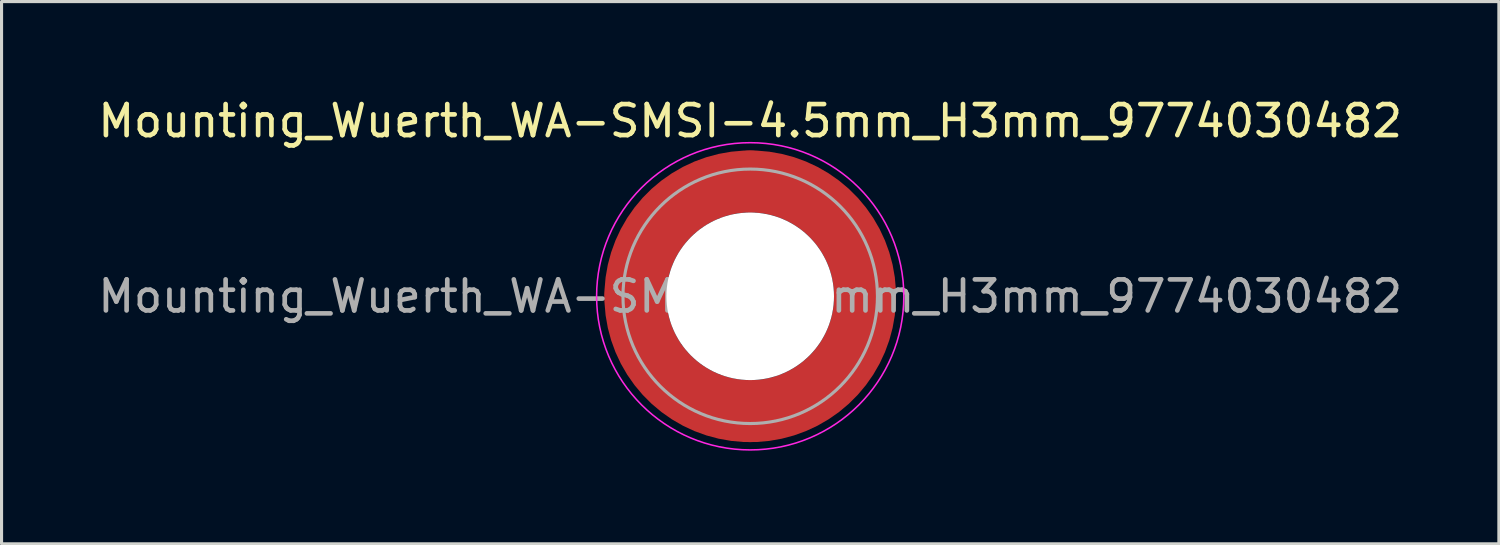
<source format=kicad_pcb>
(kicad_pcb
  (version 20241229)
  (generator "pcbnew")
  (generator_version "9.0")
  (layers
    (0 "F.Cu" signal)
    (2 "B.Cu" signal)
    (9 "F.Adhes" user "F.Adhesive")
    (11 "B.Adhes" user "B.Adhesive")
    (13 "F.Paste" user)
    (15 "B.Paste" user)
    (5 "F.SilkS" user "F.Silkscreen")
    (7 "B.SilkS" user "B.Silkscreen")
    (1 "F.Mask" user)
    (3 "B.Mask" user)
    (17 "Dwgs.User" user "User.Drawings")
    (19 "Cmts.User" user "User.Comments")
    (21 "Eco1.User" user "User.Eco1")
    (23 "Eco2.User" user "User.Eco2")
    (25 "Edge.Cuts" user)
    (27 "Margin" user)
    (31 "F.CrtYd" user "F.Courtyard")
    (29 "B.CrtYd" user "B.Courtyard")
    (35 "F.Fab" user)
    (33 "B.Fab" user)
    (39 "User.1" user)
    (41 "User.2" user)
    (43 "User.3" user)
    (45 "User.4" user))
  (footprint "Mounting_Wuerth_WA-SMSI-4.5mm_H3mm_9774030482"
    (layer "F.Cu")
    (at 21.125 6.498)
    (property "Reference" "Mounting_Wuerth_WA-SMSI-4.5mm_H3mm_9774030482" (at 0 -5.65 0) (layer "F.SilkS") (effects (font (size 1 1) (thickness 0.15))))
    (attr smd)
    (fp_circle (center 0 0) (end 4.95 0) (stroke (width 0.05) (type solid)) (fill no) (layer "F.CrtYd"))
    (fp_circle (center 0 0) (end 4.1 0) (stroke (width 0.1) (type solid)) (fill no) (layer "F.Fab"))
    (fp_text user "${REFERENCE}" (at 0 0 0) (layer "F.Fab") (effects (font (size 1 1) (thickness 0.15))))
    (pad "" smd custom (at -2.607 -2.607) (size 0.948 0.948) (layers "F.Paste") (options (anchor circle)) (primitives (gr_arc (start -0.188183 2.107456) (mid 0.599273 0.599273) (end 2.107456 -0.188183) (width 0.2)) (gr_arc (start -0.289416 2.107456) (mid 0.52877 0.52877) (end 2.107456 -0.289416) (width 0.2)) (gr_arc (start -0.390547 2.107456) (mid 0.458268 0.458268) (end 2.107456 -0.390547) (width 0.2)) (gr_arc (start -0.491585 2.107456) (mid 0.387765 0.387765) (end 2.107456 -0.491585) (width 0.2)) (gr_arc (start -0.59254 2.107456) (mid 0.317262 0.317262) (end 2.107456 -0.59254) (width 0.2)) (gr_arc (start -0.693419 2.107456) (mid 0.24676 0.24676) (end 2.107456 -0.693419) (width 0.2)) (gr_arc (start -0.794229 2.107456) (mid 0.176257 0.176257) (end 2.107456 -0.794229) (width 0.2)) (gr_arc (start -0.894975 2.107456) (mid 0.105754 0.105754) (end 2.107456 -0.894975) (width 0.2)) (gr_arc (start -0.995664 2.107456) (mid 0.035251 0.035251) (end 2.107456 -0.995664) (width 0.2)) (gr_arc (start -1.0963 2.107456) (mid -0.035252 -0.035252) (end 2.107456 -1.0963) (width 0.2)) (gr_arc (start -1.196886 2.107456) (mid -0.105754 -0.105754) (end 2.107456 -1.196886) (width 0.2)) (gr_arc (start -1.297427 2.107456) (mid -0.176257 -0.176257) (end 2.107456 -1.297427) (width 0.2)) (gr_arc (start -1.397927 2.107456) (mid -0.24676 -0.24676) (end 2.107456 -1.397927) (width 0.2)) (gr_arc (start -1.498388 2.107456) (mid -0.317262 -0.317262) (end 2.107456 -1.498388) (width 0.2)) (gr_arc (start -1.598813 2.107456) (mid -0.387765 -0.387765) (end 2.107456 -1.598813) (width 0.2)) (gr_arc (start -1.699204 2.107456) (mid -0.458267 -0.458267) (end 2.107456 -1.699204) (width 0.2)) (gr_arc (start -1.799565 2.107456) (mid -0.528771 -0.528771) (end 2.107456 -1.799565) (width 0.2)) (gr_arc (start -1.899896 2.107456) (mid -0.599273 -0.599273) (end 2.107456 -1.899896) (width 0.2)) (gr_arc (start -1.899896 2.107456) (mid -0.599273 -0.599273) (end 2.107456 -1.899896) (width 0.2)) (gr_line (start 2.107 -0.188) (end 2.107 -1.9) (width 0.2)) (gr_line (start -0.188 2.107) (end -1.9 2.107) (width 0.2))))
    (pad "" smd custom (at -2.607 2.607) (size 0.948 0.948) (layers "F.Paste") (options (anchor circle)) (primitives (gr_arc (start 2.107456 0.188183) (mid 0.599273 -0.599273) (end -0.188183 -2.107456) (width 0.2)) (gr_arc (start 2.107456 0.289416) (mid 0.52877 -0.52877) (end -0.289416 -2.107456) (width 0.2)) (gr_arc (start 2.107456 0.390547) (mid 0.458268 -0.458268) (end -0.390547 -2.107456) (width 0.2)) (gr_arc (start 2.107456 0.491585) (mid 0.387765 -0.387765) (end -0.491585 -2.107456) (width 0.2)) (gr_arc (start 2.107456 0.59254) (mid 0.317262 -0.317262) (end -0.59254 -2.107456) (width 0.2)) (gr_arc (start 2.107456 0.693419) (mid 0.24676 -0.24676) (end -0.693419 -2.107456) (width 0.2)) (gr_arc (start 2.107456 0.794229) (mid 0.176257 -0.176257) (end -0.794229 -2.107456) (width 0.2)) (gr_arc (start 2.107456 0.894975) (mid 0.105754 -0.105754) (end -0.894975 -2.107456) (width 0.2)) (gr_arc (start 2.107456 0.995664) (mid 0.035251 -0.035251) (end -0.995664 -2.107456) (width 0.2)) (gr_arc (start 2.107456 1.0963) (mid -0.035252 0.035252) (end -1.0963 -2.107456) (width 0.2)) (gr_arc (start 2.107456 1.196886) (mid -0.105754 0.105754) (end -1.196886 -2.107456) (width 0.2)) (gr_arc (start 2.107456 1.297427) (mid -0.176257 0.176257) (end -1.297427 -2.107456) (width 0.2)) (gr_arc (start 2.107456 1.397927) (mid -0.24676 0.24676) (end -1.397927 -2.107456) (width 0.2)) (gr_arc (start 2.107456 1.498388) (mid -0.317262 0.317262) (end -1.498388 -2.107456) (width 0.2)) (gr_arc (start 2.107456 1.598813) (mid -0.387765 0.387765) (end -1.598813 -2.107456) (width 0.2)) (gr_arc (start 2.107456 1.699204) (mid -0.458267 0.458267) (end -1.699204 -2.107456) (width 0.2)) (gr_arc (start 2.107456 1.799565) (mid -0.528771 0.528771) (end -1.799565 -2.107456) (width 0.2)) (gr_arc (start 2.107456 1.899896) (mid -0.599273 0.599273) (end -1.899896 -2.107456) (width 0.2)) (gr_arc (start 2.107456 1.899896) (mid -0.599273 0.599273) (end -1.899896 -2.107456) (width 0.2)) (gr_line (start -0.188 -2.107) (end -1.9 -2.107) (width 0.2)) (gr_line (start 2.107 0.188) (end 2.107 1.9) (width 0.2))))
    (pad "" np_thru_hole circle (at 0 0) (size 5.4 5.4) (drill 5.4) (layers "*.Cu" "*.Mask"))
    (pad "" smd custom (at 2.607 -2.607) (size 0.948 0.948) (layers "F.Paste") (options (anchor circle)) (primitives (gr_arc (start -2.107456 -0.188183) (mid -0.599273 0.599273) (end 0.188183 2.107456) (width 0.2)) (gr_arc (start -2.107456 -0.289416) (mid -0.52877 0.52877) (end 0.289416 2.107456) (width 0.2)) (gr_arc (start -2.107456 -0.390547) (mid -0.458268 0.458268) (end 0.390547 2.107456) (width 0.2)) (gr_arc (start -2.107456 -0.491585) (mid -0.387765 0.387765) (end 0.491585 2.107456) (width 0.2)) (gr_arc (start -2.107456 -0.59254) (mid -0.317262 0.317262) (end 0.59254 2.107456) (width 0.2)) (gr_arc (start -2.107456 -0.693419) (mid -0.24676 0.24676) (end 0.693419 2.107456) (width 0.2)) (gr_arc (start -2.107456 -0.794229) (mid -0.176257 0.176257) (end 0.794229 2.107456) (width 0.2)) (gr_arc (start -2.107456 -0.894975) (mid -0.105754 0.105754) (end 0.894975 2.107456) (width 0.2)) (gr_arc (start -2.107456 -0.995664) (mid -0.035251 0.035251) (end 0.995664 2.107456) (width 0.2)) (gr_arc (start -2.107456 -1.0963) (mid 0.035252 -0.035252) (end 1.0963 2.107456) (width 0.2)) (gr_arc (start -2.107456 -1.196886) (mid 0.105754 -0.105754) (end 1.196886 2.107456) (width 0.2)) (gr_arc (start -2.107456 -1.297427) (mid 0.176257 -0.176257) (end 1.297427 2.107456) (width 0.2)) (gr_arc (start -2.107456 -1.397927) (mid 0.24676 -0.24676) (end 1.397927 2.107456) (width 0.2)) (gr_arc (start -2.107456 -1.498388) (mid 0.317262 -0.317262) (end 1.498388 2.107456) (width 0.2)) (gr_arc (start -2.107456 -1.598813) (mid 0.387765 -0.387765) (end 1.598813 2.107456) (width 0.2)) (gr_arc (start -2.107456 -1.699204) (mid 0.458267 -0.458267) (end 1.699204 2.107456) (width 0.2)) (gr_arc (start -2.107456 -1.799565) (mid 0.528771 -0.528771) (end 1.799565 2.107456) (width 0.2)) (gr_arc (start -2.107456 -1.899896) (mid 0.599273 -0.599273) (end 1.899896 2.107456) (width 0.2)) (gr_arc (start -2.107456 -1.899896) (mid 0.599273 -0.599273) (end 1.899896 2.107456) (width 0.2)) (gr_line (start 0.188 2.107) (end 1.9 2.107) (width 0.2)) (gr_line (start -2.107 -0.188) (end -2.107 -1.9) (width 0.2))))
    (pad "" smd custom (at 2.607 2.607) (size 0.948 0.948) (layers "F.Paste") (options (anchor circle)) (primitives (gr_arc (start 0.188183 -2.107456) (mid -0.599273 -0.599273) (end -2.107456 0.188183) (width 0.2)) (gr_arc (start 0.289416 -2.107456) (mid -0.52877 -0.52877) (end -2.107456 0.289416) (width 0.2)) (gr_arc (start 0.390547 -2.107456) (mid -0.458268 -0.458268) (end -2.107456 0.390547) (width 0.2)) (gr_arc (start 0.491585 -2.107456) (mid -0.387765 -0.387765) (end -2.107456 0.491585) (width 0.2)) (gr_arc (start 0.59254 -2.107456) (mid -0.317262 -0.317262) (end -2.107456 0.59254) (width 0.2)) (gr_arc (start 0.693419 -2.107456) (mid -0.24676 -0.24676) (end -2.107456 0.693419) (width 0.2)) (gr_arc (start 0.794229 -2.107456) (mid -0.176257 -0.176257) (end -2.107456 0.794229) (width 0.2)) (gr_arc (start 0.894975 -2.107456) (mid -0.105754 -0.105754) (end -2.107456 0.894975) (width 0.2)) (gr_arc (start 0.995664 -2.107456) (mid -0.035251 -0.035251) (end -2.107456 0.995664) (width 0.2)) (gr_arc (start 1.0963 -2.107456) (mid 0.035252 0.035252) (end -2.107456 1.0963) (width 0.2)) (gr_arc (start 1.196886 -2.107456) (mid 0.105754 0.105754) (end -2.107456 1.196886) (width 0.2)) (gr_arc (start 1.297427 -2.107456) (mid 0.176257 0.176257) (end -2.107456 1.297427) (width 0.2)) (gr_arc (start 1.397927 -2.107456) (mid 0.24676 0.24676) (end -2.107456 1.397927) (width 0.2)) (gr_arc (start 1.498388 -2.107456) (mid 0.317262 0.317262) (end -2.107456 1.498388) (width 0.2)) (gr_arc (start 1.598813 -2.107456) (mid 0.387765 0.387765) (end -2.107456 1.598813) (width 0.2)) (gr_arc (start 1.699204 -2.107456) (mid 0.458267 0.458267) (end -2.107456 1.699204) (width 0.2)) (gr_arc (start 1.799565 -2.107456) (mid 0.528771 0.528771) (end -2.107456 1.799565) (width 0.2)) (gr_arc (start 1.899896 -2.107456) (mid 0.599273 0.599273) (end -2.107456 1.899896) (width 0.2)) (gr_arc (start 1.899896 -2.107456) (mid 0.599273 0.599273) (end -2.107456 1.899896) (width 0.2)) (gr_line (start -2.107 0.188) (end -2.107 1.9) (width 0.2)) (gr_line (start 0.188 -2.107) (end 1.9 -2.107) (width 0.2))))
    (pad "1" smd circle (at -3.7 0) (size 2 2) (layers "F.Cu"))
    (pad "1" smd circle (at 0 -3.7) (size 2 2) (layers "F.Cu"))
    (pad "1" smd circle (at 0 3.7) (size 2 2) (layers "F.Cu"))
    (pad "1" smd custom (at 3.7 0) (size 2 2) (layers "F.Cu" "F.Mask") (options (anchor circle)) (primitives (gr_circle (center -3.7 0) (end 0 0) (width 2) (fill no)))))
  (gr_rect
    (start -3 -3)
    (end 45.25 14.473)
    (stroke (width 0.1) (type default))
    (fill no)
    (layer "Edge.Cuts")))
</source>
